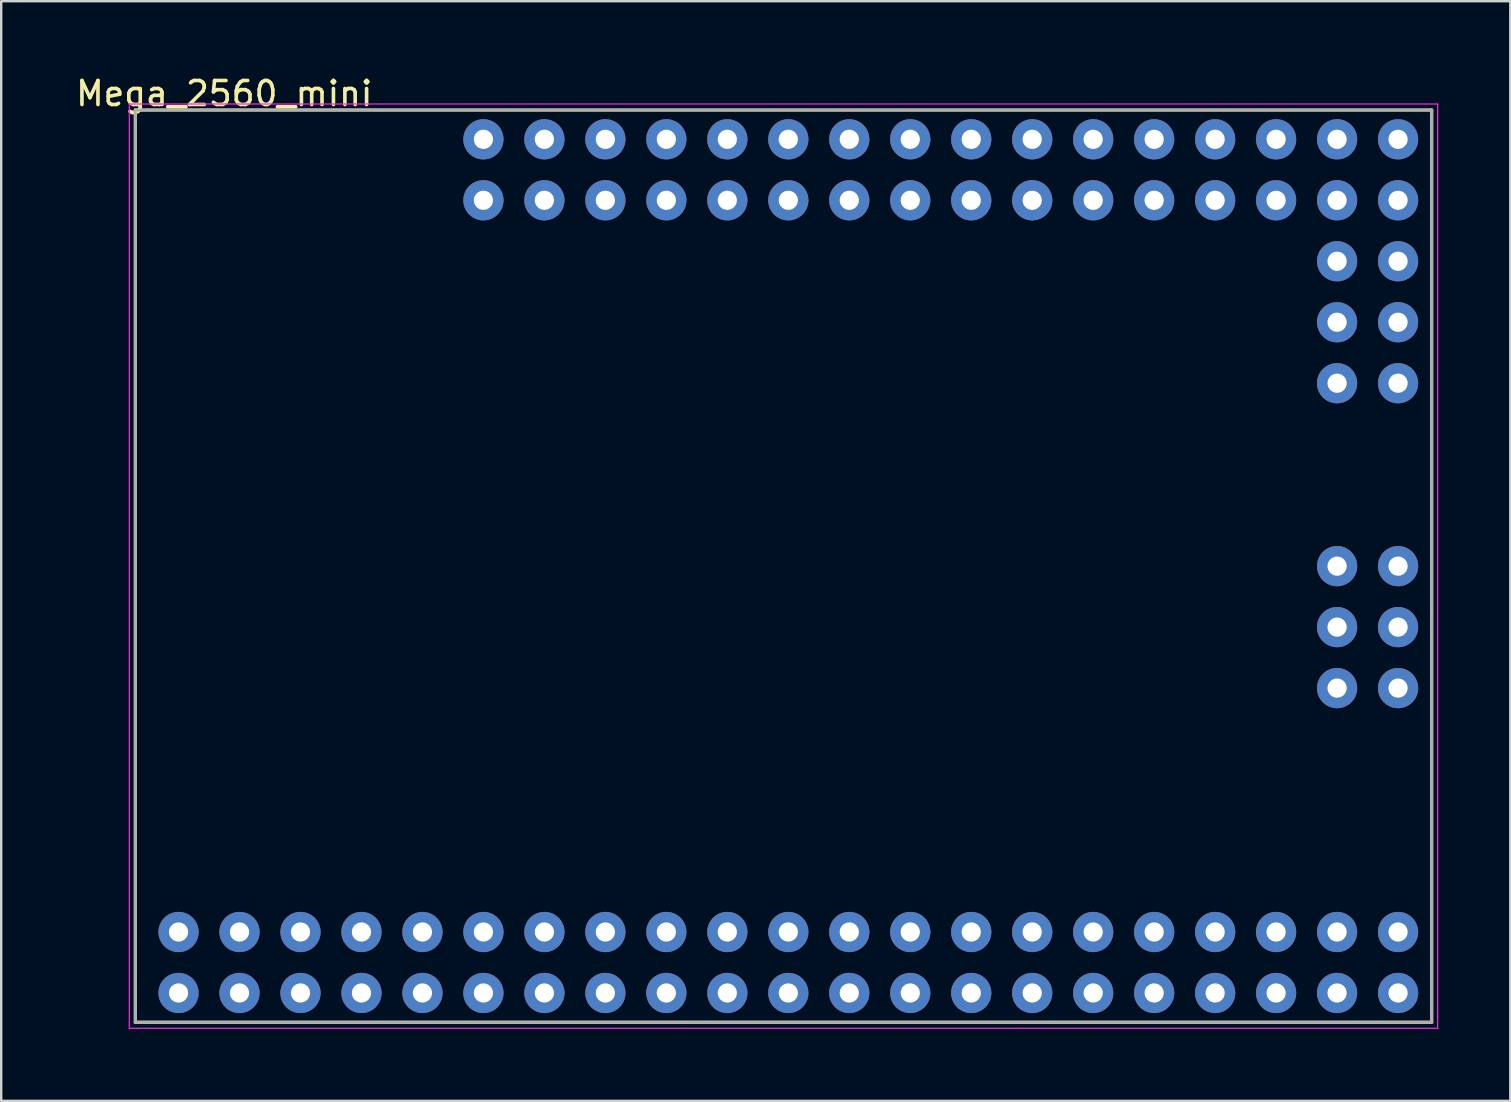
<source format=kicad_pcb>
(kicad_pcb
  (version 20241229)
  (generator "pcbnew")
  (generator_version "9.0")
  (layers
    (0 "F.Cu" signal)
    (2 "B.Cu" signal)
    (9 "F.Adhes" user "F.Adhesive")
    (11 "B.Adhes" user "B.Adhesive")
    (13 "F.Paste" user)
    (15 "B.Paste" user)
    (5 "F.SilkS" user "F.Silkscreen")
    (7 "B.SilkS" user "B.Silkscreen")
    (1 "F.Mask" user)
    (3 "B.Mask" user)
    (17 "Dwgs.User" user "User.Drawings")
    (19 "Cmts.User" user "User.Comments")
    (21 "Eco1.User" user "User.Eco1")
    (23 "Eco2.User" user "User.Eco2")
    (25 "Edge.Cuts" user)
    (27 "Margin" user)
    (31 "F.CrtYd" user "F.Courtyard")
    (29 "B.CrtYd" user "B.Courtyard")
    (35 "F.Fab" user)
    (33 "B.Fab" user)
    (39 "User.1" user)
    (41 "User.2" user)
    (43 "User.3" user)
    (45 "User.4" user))
  (footprint "Mega_2560_mini"
    (layer "F.Cu")
    (at 29.587 20.533)
    (property "Reference" "Mega_2560_mini" (at -23.295 -19.685 0) (layer "F.SilkS") (effects (font (size 1 1) (thickness 0.15))))
    (attr through_hole exclude_from_bom)
    (fp_line (start -27 -19) (end 27 -19) (stroke (width 0.127) (type solid)) (layer "F.SilkS"))
    (fp_line (start -27 19) (end -27 -19) (stroke (width 0.127) (type solid)) (layer "F.SilkS"))
    (fp_line (start -27 19) (end 27 19) (stroke (width 0.127) (type solid)) (layer "F.SilkS"))
    (fp_line (start 27 19) (end 27 -19) (stroke (width 0.127) (type solid)) (layer "F.SilkS"))
    (fp_line (start -27.25 -19.25) (end 27.25 -19.25) (stroke (width 0.05) (type solid)) (layer "F.CrtYd"))
    (fp_line (start -27.25 19.25) (end -27.25 -19.25) (stroke (width 0.05) (type solid)) (layer "F.CrtYd"))
    (fp_line (start 27.25 -19.25) (end 27.25 19.25) (stroke (width 0.05) (type solid)) (layer "F.CrtYd"))
    (fp_line (start 27.25 19.25) (end -27.25 19.25) (stroke (width 0.05) (type solid)) (layer "F.CrtYd"))
    (fp_line (start -27 -19) (end 27 -19) (stroke (width 0.127) (type solid)) (layer "F.Fab"))
    (fp_line (start -27 19) (end -27 -19) (stroke (width 0.127) (type solid)) (layer "F.Fab"))
    (fp_line (start -27 19) (end 27 19) (stroke (width 0.127) (type solid)) (layer "F.Fab"))
    (fp_line (start 27 19) (end 27 -19) (stroke (width 0.127) (type solid)) (layer "F.Fab"))
    (pad "3V3_1" thru_hole circle (at -17.58 17.78) (size 1.676 1.676) (drill 0.8) (layers "*.Cu" "*.Mask"))
    (pad "3V3_2" thru_hole circle (at -17.58 15.24) (size 1.676 1.676) (drill 0.8) (layers "*.Cu" "*.Mask"))
    (pad "5V_1" thru_hole circle (at -20.12 17.78) (size 1.676 1.676) (drill 0.8) (layers "*.Cu" "*.Mask"))
    (pad "5V_2" thru_hole circle (at -20.12 15.24) (size 1.676 1.676) (drill 0.8) (layers "*.Cu" "*.Mask"))
    (pad "A0" thru_hole circle (at -12.5 -17.78) (size 1.676 1.676) (drill 0.8) (layers "*.Cu" "*.Mask"))
    (pad "A1" thru_hole circle (at -12.5 -15.24) (size 1.676 1.676) (drill 0.8) (layers "*.Cu" "*.Mask"))
    (pad "A2" thru_hole circle (at -9.96 -17.78) (size 1.676 1.676) (drill 0.8) (layers "*.Cu" "*.Mask"))
    (pad "A3" thru_hole circle (at -9.96 -15.24) (size 1.676 1.676) (drill 0.8) (layers "*.Cu" "*.Mask"))
    (pad "A4" thru_hole circle (at -7.42 -17.78) (size 1.676 1.676) (drill 0.8) (layers "*.Cu" "*.Mask"))
    (pad "A5" thru_hole circle (at -7.42 -15.24) (size 1.676 1.676) (drill 0.8) (layers "*.Cu" "*.Mask"))
    (pad "A6" thru_hole circle (at -4.88 -17.78) (size 1.676 1.676) (drill 0.8) (layers "*.Cu" "*.Mask"))
    (pad "A7" thru_hole circle (at -4.88 -15.24) (size 1.676 1.676) (drill 0.8) (layers "*.Cu" "*.Mask"))
    (pad "A8" thru_hole circle (at -2.34 -17.78) (size 1.676 1.676) (drill 0.8) (layers "*.Cu" "*.Mask"))
    (pad "A9" thru_hole circle (at -2.34 -15.24) (size 1.676 1.676) (drill 0.8) (layers "*.Cu" "*.Mask"))
    (pad "A10" thru_hole circle (at 0.2 -17.78) (size 1.676 1.676) (drill 0.8) (layers "*.Cu" "*.Mask"))
    (pad "A11" thru_hole circle (at 0.2 -15.24) (size 1.676 1.676) (drill 0.8) (layers "*.Cu" "*.Mask"))
    (pad "A12" thru_hole circle (at 2.74 -17.78) (size 1.676 1.676) (drill 0.8) (layers "*.Cu" "*.Mask"))
    (pad "A13" thru_hole circle (at 2.74 -15.24) (size 1.676 1.676) (drill 0.8) (layers "*.Cu" "*.Mask"))
    (pad "A14" thru_hole circle (at 5.28 -17.78) (size 1.676 1.676) (drill 0.8) (layers "*.Cu" "*.Mask"))
    (pad "A15" thru_hole circle (at 5.28 -15.24) (size 1.676 1.676) (drill 0.8) (layers "*.Cu" "*.Mask"))
    (pad "AREF" thru_hole circle (at -15.04 15.24) (size 1.676 1.676) (drill 0.8) (layers "*.Cu" "*.Mask"))
    (pad "D2" thru_hole circle (at -9.96 15.24) (size 1.676 1.676) (drill 0.8) (layers "*.Cu" "*.Mask"))
    (pad "D3" thru_hole circle (at -9.96 17.78) (size 1.676 1.676) (drill 0.8) (layers "*.Cu" "*.Mask"))
    (pad "D4" thru_hole circle (at -7.42 15.24) (size 1.676 1.676) (drill 0.8) (layers "*.Cu" "*.Mask"))
    (pad "D5" thru_hole circle (at -7.42 17.78) (size 1.676 1.676) (drill 0.8) (layers "*.Cu" "*.Mask"))
    (pad "D6" thru_hole circle (at -4.88 15.24) (size 1.676 1.676) (drill 0.8) (layers "*.Cu" "*.Mask"))
    (pad "D7" thru_hole circle (at -4.88 17.78) (size 1.676 1.676) (drill 0.8) (layers "*.Cu" "*.Mask"))
    (pad "D8" thru_hole circle (at -2.34 15.24) (size 1.676 1.676) (drill 0.8) (layers "*.Cu" "*.Mask"))
    (pad "D9" thru_hole circle (at -2.34 17.78) (size 1.676 1.676) (drill 0.8) (layers "*.Cu" "*.Mask"))
    (pad "D10" thru_hole circle (at 0.2 15.24) (size 1.676 1.676) (drill 0.8) (layers "*.Cu" "*.Mask"))
    (pad "D11" thru_hole circle (at 0.2 17.78) (size 1.676 1.676) (drill 0.8) (layers "*.Cu" "*.Mask"))
    (pad "D12" thru_hole circle (at 2.74 15.24) (size 1.676 1.676) (drill 0.8) (layers "*.Cu" "*.Mask"))
    (pad "D13" thru_hole circle (at 2.74 17.78) (size 1.676 1.676) (drill 0.8) (layers "*.Cu" "*.Mask"))
    (pad "D14" thru_hole circle (at 5.28 15.24) (size 1.676 1.676) (drill 0.8) (layers "*.Cu" "*.Mask"))
    (pad "D15" thru_hole circle (at 5.28 17.78) (size 1.676 1.676) (drill 0.8) (layers "*.Cu" "*.Mask"))
    (pad "D16" thru_hole circle (at 7.82 15.24) (size 1.676 1.676) (drill 0.8) (layers "*.Cu" "*.Mask"))
    (pad "D17" thru_hole circle (at 7.82 17.78) (size 1.676 1.676) (drill 0.8) (layers "*.Cu" "*.Mask"))
    (pad "D18" thru_hole circle (at 10.36 15.24) (size 1.676 1.676) (drill 0.8) (layers "*.Cu" "*.Mask"))
    (pad "D19" thru_hole circle (at 10.36 17.78) (size 1.676 1.676) (drill 0.8) (layers "*.Cu" "*.Mask"))
    (pad "D20" thru_hole circle (at 12.9 15.24) (size 1.676 1.676) (drill 0.8) (layers "*.Cu" "*.Mask"))
    (pad "D21" thru_hole circle (at 12.9 17.78) (size 1.676 1.676) (drill 0.8) (layers "*.Cu" "*.Mask"))
    (pad "D22" thru_hole circle (at 15.44 15.24) (size 1.676 1.676) (drill 0.8) (layers "*.Cu" "*.Mask"))
    (pad "D23" thru_hole circle (at 15.44 17.78) (size 1.676 1.676) (drill 0.8) (layers "*.Cu" "*.Mask"))
    (pad "D24" thru_hole circle (at 17.98 15.24) (size 1.676 1.676) (drill 0.8) (layers "*.Cu" "*.Mask"))
    (pad "D25" thru_hole circle (at 17.98 17.78) (size 1.676 1.676) (drill 0.8) (layers "*.Cu" "*.Mask"))
    (pad "D26" thru_hole circle (at 20.52 15.24) (size 1.676 1.676) (drill 0.8) (layers "*.Cu" "*.Mask"))
    (pad "D27" thru_hole circle (at 20.52 17.78) (size 1.676 1.676) (drill 0.8) (layers "*.Cu" "*.Mask"))
    (pad "D28" thru_hole circle (at 23.06 15.24) (size 1.676 1.676) (drill 0.8) (layers "*.Cu" "*.Mask"))
    (pad "D29" thru_hole circle (at 23.06 17.78) (size 1.676 1.676) (drill 0.8) (layers "*.Cu" "*.Mask"))
    (pad "D30" thru_hole circle (at 25.6 15.24) (size 1.676 1.676) (drill 0.8) (layers "*.Cu" "*.Mask"))
    (pad "D31" thru_hole circle (at 25.6 17.78) (size 1.676 1.676) (drill 0.8) (layers "*.Cu" "*.Mask"))
    (pad "D32" thru_hole circle (at 7.82 -17.78) (size 1.676 1.676) (drill 0.8) (layers "*.Cu" "*.Mask"))
    (pad "D33" thru_hole circle (at 7.82 -15.24) (size 1.676 1.676) (drill 0.8) (layers "*.Cu" "*.Mask"))
    (pad "D34" thru_hole circle (at 10.36 -17.78) (size 1.676 1.676) (drill 0.8) (layers "*.Cu" "*.Mask"))
    (pad "D35" thru_hole circle (at 10.36 -15.24) (size 1.676 1.676) (drill 0.8) (layers "*.Cu" "*.Mask"))
    (pad "D36" thru_hole circle (at 12.9 -17.78) (size 1.676 1.676) (drill 0.8) (layers "*.Cu" "*.Mask"))
    (pad "D37" thru_hole circle (at 12.9 -15.24) (size 1.676 1.676) (drill 0.8) (layers "*.Cu" "*.Mask"))
    (pad "D38" thru_hole circle (at 15.44 -17.78) (size 1.676 1.676) (drill 0.8) (layers "*.Cu" "*.Mask"))
    (pad "D39" thru_hole circle (at 15.44 -15.24) (size 1.676 1.676) (drill 0.8) (layers "*.Cu" "*.Mask"))
    (pad "D40" thru_hole circle (at 17.98 -17.78) (size 1.676 1.676) (drill 0.8) (layers "*.Cu" "*.Mask"))
    (pad "D41" thru_hole circle (at 17.98 -15.24) (size 1.676 1.676) (drill 0.8) (layers "*.Cu" "*.Mask"))
    (pad "D42" thru_hole circle (at 20.52 -17.78) (size 1.676 1.676) (drill 0.8) (layers "*.Cu" "*.Mask"))
    (pad "D43" thru_hole circle (at 20.52 -15.24) (size 1.676 1.676) (drill 0.8) (layers "*.Cu" "*.Mask"))
    (pad "D44" thru_hole circle (at 23.06 -17.78) (size 1.676 1.676) (drill 0.8) (layers "*.Cu" "*.Mask"))
    (pad "D45" thru_hole circle (at 23.06 -15.24) (size 1.676 1.676) (drill 0.8) (layers "*.Cu" "*.Mask"))
    (pad "D46" thru_hole circle (at 25.6 -17.78) (size 1.676 1.676) (drill 0.8) (layers "*.Cu" "*.Mask"))
    (pad "D47" thru_hole circle (at 25.6 -15.24) (size 1.676 1.676) (drill 0.8) (layers "*.Cu" "*.Mask"))
    (pad "D48" thru_hole circle (at 25.6 -12.7) (size 1.676 1.676) (drill 0.8) (layers "*.Cu" "*.Mask"))
    (pad "D49" thru_hole circle (at 23.06 -12.7) (size 1.676 1.676) (drill 0.8) (layers "*.Cu" "*.Mask"))
    (pad "D50" thru_hole circle (at 25.6 -10.16) (size 1.676 1.676) (drill 0.8) (layers "*.Cu" "*.Mask"))
    (pad "D51" thru_hole circle (at 23.06 -10.16) (size 1.676 1.676) (drill 0.8) (layers "*.Cu" "*.Mask"))
    (pad "D52" thru_hole circle (at 25.6 -7.62) (size 1.676 1.676) (drill 0.8) (layers "*.Cu" "*.Mask"))
    (pad "D53" thru_hole circle (at 23.06 -7.62) (size 1.676 1.676) (drill 0.8) (layers "*.Cu" "*.Mask"))
    (pad "GND_1" thru_hole circle (at -22.66 17.78) (size 1.676 1.676) (drill 0.8) (layers "*.Cu" "*.Mask"))
    (pad "GND_2" thru_hole circle (at -22.66 15.24) (size 1.676 1.676) (drill 0.8) (layers "*.Cu" "*.Mask"))
    (pad "GND_3" thru_hole circle (at 25.6 5.08) (size 1.676 1.676) (drill 0.8) (layers "*.Cu" "*.Mask"))
    (pad "MISO" thru_hole circle (at 23.06 0) (size 1.676 1.676) (drill 0.8) (layers "*.Cu" "*.Mask"))
    (pad "MOSI" thru_hole circle (at 25.6 2.54) (size 1.676 1.676) (drill 0.8) (layers "*.Cu" "*.Mask"))
    (pad "NOT USED" thru_hole circle (at 25.6 0) (size 1.676 1.676) (drill 0.8) (layers "*.Cu" "*.Mask"))
    (pad "RESET" thru_hole circle (at 23.06 5.08) (size 1.676 1.676) (drill 0.8) (layers "*.Cu" "*.Mask"))
    (pad "RST" thru_hole circle (at -15.04 17.78) (size 1.676 1.676) (drill 0.8) (layers "*.Cu" "*.Mask"))
    (pad "RX" thru_hole circle (at -12.5 15.24) (size 1.676 1.676) (drill 0.8) (layers "*.Cu" "*.Mask"))
    (pad "SCK" thru_hole circle (at 23.06 2.54) (size 1.676 1.676) (drill 0.8) (layers "*.Cu" "*.Mask"))
    (pad "TX" thru_hole circle (at -12.5 17.78) (size 1.676 1.676) (drill 0.8) (layers "*.Cu" "*.Mask"))
    (pad "VIN_1" thru_hole circle (at -25.2 17.78) (size 1.676 1.676) (drill 0.8) (layers "*.Cu" "*.Mask"))
    (pad "VIN_2" thru_hole circle (at -25.2 15.24) (size 1.676 1.676) (drill 0.8) (layers "*.Cu" "*.Mask")))
  (gr_rect
    (start -3 -3)
    (end 59.862 42.808)
    (stroke (width 0.1) (type default))
    (fill no)
    (layer "Edge.Cuts")))
</source>
